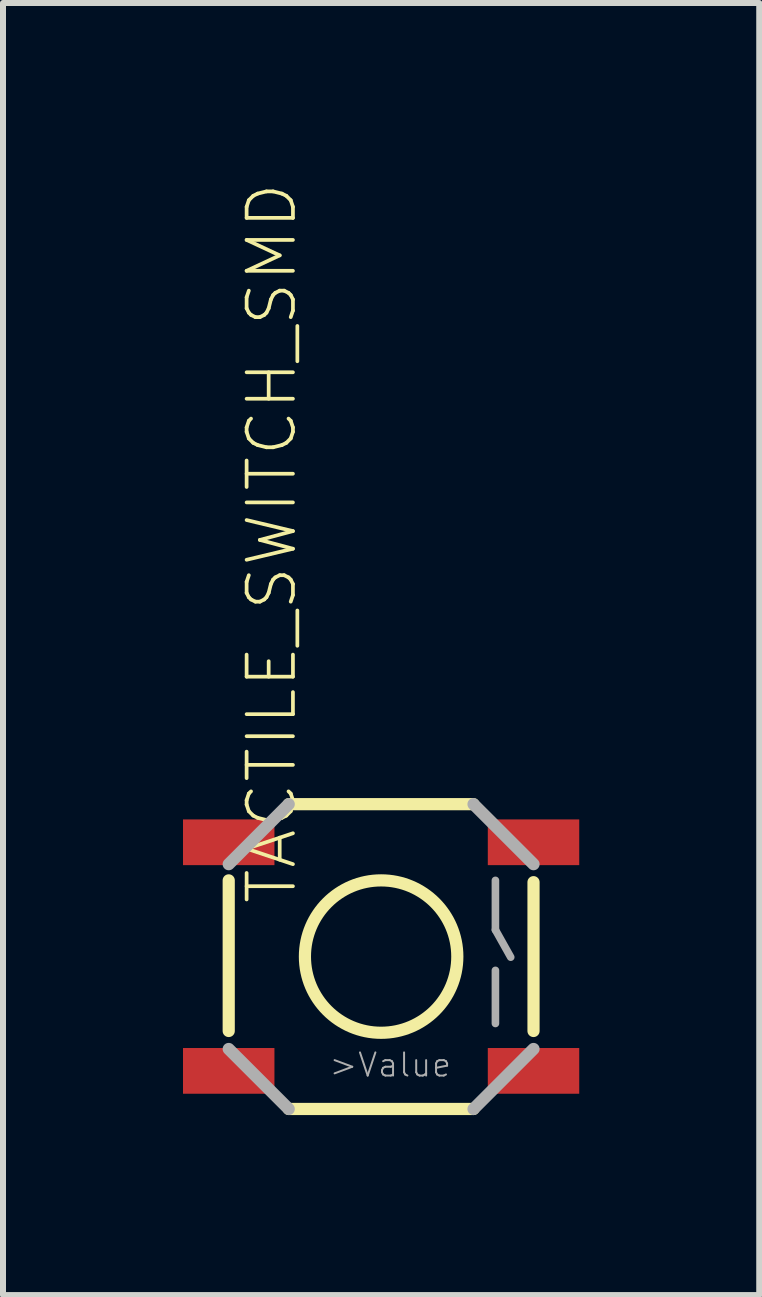
<source format=kicad_pcb>
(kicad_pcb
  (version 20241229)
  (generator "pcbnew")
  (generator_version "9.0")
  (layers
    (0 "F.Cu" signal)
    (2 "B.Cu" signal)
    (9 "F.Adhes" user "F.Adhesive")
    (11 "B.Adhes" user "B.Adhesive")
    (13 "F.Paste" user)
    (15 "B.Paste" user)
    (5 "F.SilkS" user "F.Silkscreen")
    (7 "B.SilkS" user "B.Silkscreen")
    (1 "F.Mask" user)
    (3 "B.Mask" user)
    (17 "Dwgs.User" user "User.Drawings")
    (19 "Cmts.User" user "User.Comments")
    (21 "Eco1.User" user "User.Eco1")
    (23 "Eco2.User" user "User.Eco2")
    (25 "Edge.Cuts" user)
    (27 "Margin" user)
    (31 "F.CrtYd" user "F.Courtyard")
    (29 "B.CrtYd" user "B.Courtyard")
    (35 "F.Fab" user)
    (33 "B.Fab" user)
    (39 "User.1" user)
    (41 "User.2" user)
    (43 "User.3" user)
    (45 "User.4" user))
  (footprint "TACTILE_SWITCH_SMD"
    (layer "F.Cu")
    (at 3.302 12.893)
    (property "Reference" "TACTILE_SWITCH_SMD" (at -1.372 -0.838 90) (layer "F.SilkS") (effects (font (size 0.772 0.772) (thickness 0.062)) (justify left bottom)))
    (attr through_hole)
    (fp_line (start -2.54 1.24) (end -2.54 -1.27) (stroke (width 0.203) (type solid)) (layer "F.SilkS"))
    (fp_line (start -1.54 -2.54) (end 1.54 -2.54) (stroke (width 0.203) (type solid)) (layer "F.SilkS"))
    (fp_line (start 1.54 2.54) (end -1.54 2.54) (stroke (width 0.203) (type solid)) (layer "F.SilkS"))
    (fp_line (start 2.54 -1.24) (end 2.54 1.24) (stroke (width 0.203) (type solid)) (layer "F.SilkS"))
    (fp_circle (center 0 0) (end 1.27 0) (stroke (width 0.203) (type solid)) (fill no) (layer "F.SilkS"))
    (fp_line (start -2.54 -1.54) (end -1.54 -2.54) (stroke (width 0.203) (type solid)) (layer "F.Fab"))
    (fp_line (start -1.54 2.54) (end -2.54 1.54) (stroke (width 0.203) (type solid)) (layer "F.Fab"))
    (fp_line (start 1.54 -2.54) (end 2.54 -1.54) (stroke (width 0.203) (type solid)) (layer "F.Fab"))
    (fp_line (start 1.905 -1.27) (end 1.905 -0.445) (stroke (width 0.127) (type solid)) (layer "F.Fab"))
    (fp_line (start 1.905 -0.445) (end 2.16 0.01) (stroke (width 0.127) (type solid)) (layer "F.Fab"))
    (fp_line (start 1.905 0.23) (end 1.905 1.115) (stroke (width 0.127) (type solid)) (layer "F.Fab"))
    (fp_line (start 2.54 1.54) (end 1.54 2.54) (stroke (width 0.203) (type solid)) (layer "F.Fab"))
    (fp_text user ">Value" (at -0.889 2.032 0) (layer "F.Fab") (effects (font (size 0.386 0.386) (thickness 0.033)) (justify left bottom)))
    (pad "1" smd rect (at -2.54 -1.905 90) (size 0.762 1.524) (layers "F.Cu" "F.Mask" "F.Paste"))
    (pad "2" smd rect (at 2.54 -1.905 90) (size 0.762 1.524) (layers "F.Cu" "F.Mask" "F.Paste"))
    (pad "3" smd rect (at -2.54 1.905 90) (size 0.762 1.524) (layers "F.Cu" "F.Mask" "F.Paste"))
    (pad "4" smd rect (at 2.54 1.905 90) (size 0.762 1.524) (layers "F.Cu" "F.Mask" "F.Paste")))
  (gr_rect
    (start -3 -3)
    (end 9.604 18.534)
    (stroke (width 0.1) (type default))
    (fill no)
    (layer "Edge.Cuts")))
</source>
